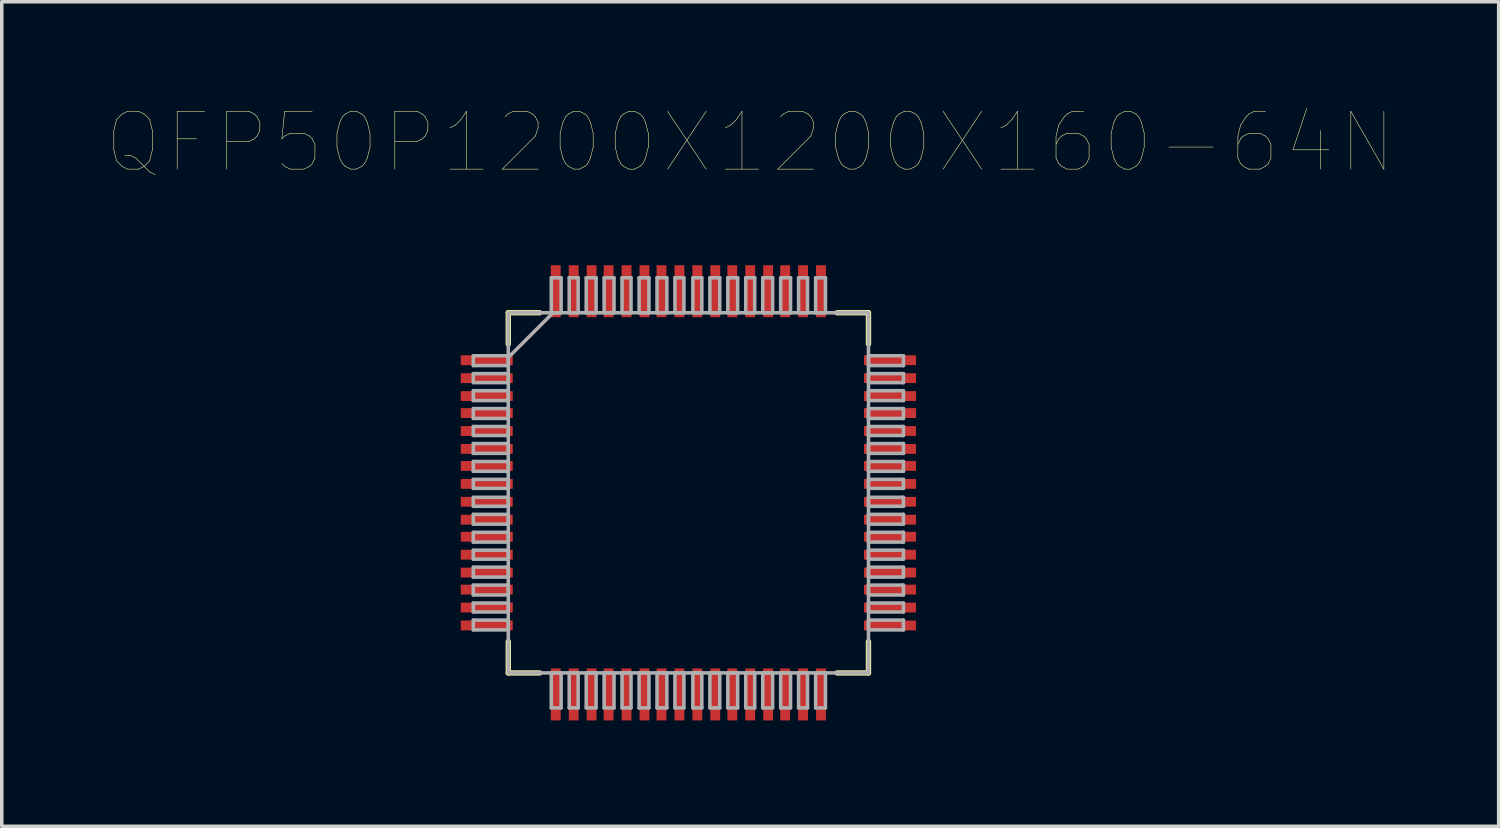
<source format=kicad_pcb>
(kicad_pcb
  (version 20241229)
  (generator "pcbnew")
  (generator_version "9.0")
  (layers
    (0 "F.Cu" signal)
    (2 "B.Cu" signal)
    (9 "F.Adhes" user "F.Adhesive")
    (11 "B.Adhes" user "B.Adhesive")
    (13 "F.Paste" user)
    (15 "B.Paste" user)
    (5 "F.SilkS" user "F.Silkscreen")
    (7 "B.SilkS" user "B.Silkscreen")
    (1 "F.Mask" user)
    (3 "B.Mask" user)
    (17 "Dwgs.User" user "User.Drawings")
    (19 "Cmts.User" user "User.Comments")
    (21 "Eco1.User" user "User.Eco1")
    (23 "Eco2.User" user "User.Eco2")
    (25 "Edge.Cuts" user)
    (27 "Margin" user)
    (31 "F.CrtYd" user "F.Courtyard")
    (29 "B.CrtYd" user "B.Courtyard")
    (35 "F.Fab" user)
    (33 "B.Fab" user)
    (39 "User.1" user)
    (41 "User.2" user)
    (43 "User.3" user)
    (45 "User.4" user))
  (footprint "QFP50P1200X1200X160-64N"
    (layer "F.Cu")
    (at 16.463 10.92)
    (property "Reference" "QFP50P1200X1200X160-64N" (at 1.753 -9.934 0) (layer "F.SilkS") (effects (font (size 1.64 1.64) (thickness 0.015))))
    (attr through_hole)
    (fp_line (start -5.105 -5.105) (end -5.105 -4.216) (stroke (width 0.152) (type solid)) (layer "F.SilkS"))
    (fp_line (start -5.105 4.216) (end -5.105 5.105) (stroke (width 0.152) (type solid)) (layer "F.SilkS"))
    (fp_line (start -5.105 5.105) (end -4.216 5.105) (stroke (width 0.152) (type solid)) (layer "F.SilkS"))
    (fp_line (start -4.216 -5.105) (end -5.105 -5.105) (stroke (width 0.152) (type solid)) (layer "F.SilkS"))
    (fp_line (start 4.216 5.105) (end 5.105 5.105) (stroke (width 0.152) (type solid)) (layer "F.SilkS"))
    (fp_line (start 5.105 -5.105) (end 4.216 -5.105) (stroke (width 0.152) (type solid)) (layer "F.SilkS"))
    (fp_line (start 5.105 -4.216) (end 5.105 -5.105) (stroke (width 0.152) (type solid)) (layer "F.SilkS"))
    (fp_line (start 5.105 5.105) (end 5.105 4.216) (stroke (width 0.152) (type solid)) (layer "F.SilkS"))
    (fp_line (start -6.096 -3.886) (end -6.096 -3.607) (stroke (width 0.1) (type solid)) (layer "F.Fab"))
    (fp_line (start -6.096 -3.607) (end -5.105 -3.607) (stroke (width 0.1) (type solid)) (layer "F.Fab"))
    (fp_line (start -6.096 -3.378) (end -6.096 -3.124) (stroke (width 0.1) (type solid)) (layer "F.Fab"))
    (fp_line (start -6.096 -3.124) (end -5.105 -3.124) (stroke (width 0.1) (type solid)) (layer "F.Fab"))
    (fp_line (start -6.096 -2.896) (end -6.096 -2.616) (stroke (width 0.1) (type solid)) (layer "F.Fab"))
    (fp_line (start -6.096 -2.616) (end -5.105 -2.616) (stroke (width 0.1) (type solid)) (layer "F.Fab"))
    (fp_line (start -6.096 -2.388) (end -6.096 -2.108) (stroke (width 0.1) (type solid)) (layer "F.Fab"))
    (fp_line (start -6.096 -2.108) (end -5.105 -2.108) (stroke (width 0.1) (type solid)) (layer "F.Fab"))
    (fp_line (start -6.096 -1.88) (end -6.096 -1.626) (stroke (width 0.1) (type solid)) (layer "F.Fab"))
    (fp_line (start -6.096 -1.626) (end -5.105 -1.626) (stroke (width 0.1) (type solid)) (layer "F.Fab"))
    (fp_line (start -6.096 -1.397) (end -6.096 -1.118) (stroke (width 0.1) (type solid)) (layer "F.Fab"))
    (fp_line (start -6.096 -1.118) (end -5.105 -1.118) (stroke (width 0.1) (type solid)) (layer "F.Fab"))
    (fp_line (start -6.096 -0.889) (end -6.096 -0.61) (stroke (width 0.1) (type solid)) (layer "F.Fab"))
    (fp_line (start -6.096 -0.61) (end -5.105 -0.61) (stroke (width 0.1) (type solid)) (layer "F.Fab"))
    (fp_line (start -6.096 -0.381) (end -6.096 -0.127) (stroke (width 0.1) (type solid)) (layer "F.Fab"))
    (fp_line (start -6.096 -0.127) (end -5.105 -0.127) (stroke (width 0.1) (type solid)) (layer "F.Fab"))
    (fp_line (start -6.096 0.127) (end -6.096 0.381) (stroke (width 0.1) (type solid)) (layer "F.Fab"))
    (fp_line (start -6.096 0.381) (end -5.105 0.381) (stroke (width 0.1) (type solid)) (layer "F.Fab"))
    (fp_line (start -6.096 0.61) (end -6.096 0.889) (stroke (width 0.1) (type solid)) (layer "F.Fab"))
    (fp_line (start -6.096 0.889) (end -5.105 0.889) (stroke (width 0.1) (type solid)) (layer "F.Fab"))
    (fp_line (start -6.096 1.118) (end -6.096 1.397) (stroke (width 0.1) (type solid)) (layer "F.Fab"))
    (fp_line (start -6.096 1.397) (end -5.105 1.397) (stroke (width 0.1) (type solid)) (layer "F.Fab"))
    (fp_line (start -6.096 1.626) (end -6.096 1.88) (stroke (width 0.1) (type solid)) (layer "F.Fab"))
    (fp_line (start -6.096 1.88) (end -5.105 1.88) (stroke (width 0.1) (type solid)) (layer "F.Fab"))
    (fp_line (start -6.096 2.108) (end -6.096 2.388) (stroke (width 0.1) (type solid)) (layer "F.Fab"))
    (fp_line (start -6.096 2.388) (end -5.105 2.388) (stroke (width 0.1) (type solid)) (layer "F.Fab"))
    (fp_line (start -6.096 2.616) (end -6.096 2.896) (stroke (width 0.1) (type solid)) (layer "F.Fab"))
    (fp_line (start -6.096 2.896) (end -5.105 2.896) (stroke (width 0.1) (type solid)) (layer "F.Fab"))
    (fp_line (start -6.096 3.124) (end -6.096 3.378) (stroke (width 0.1) (type solid)) (layer "F.Fab"))
    (fp_line (start -6.096 3.378) (end -5.105 3.378) (stroke (width 0.1) (type solid)) (layer "F.Fab"))
    (fp_line (start -6.096 3.607) (end -6.096 3.886) (stroke (width 0.1) (type solid)) (layer "F.Fab"))
    (fp_line (start -6.096 3.886) (end -5.105 3.886) (stroke (width 0.1) (type solid)) (layer "F.Fab"))
    (fp_line (start -5.105 -5.105) (end -5.105 5.105) (stroke (width 0.1) (type solid)) (layer "F.Fab"))
    (fp_line (start -5.105 -3.886) (end -6.096 -3.886) (stroke (width 0.1) (type solid)) (layer "F.Fab"))
    (fp_line (start -5.105 -3.835) (end -5.105 -3.886) (stroke (width 0.1) (type solid)) (layer "F.Fab"))
    (fp_line (start -5.105 -3.835) (end -3.835 -5.105) (stroke (width 0.1) (type solid)) (layer "F.Fab"))
    (fp_line (start -5.105 -3.607) (end -5.105 -3.835) (stroke (width 0.1) (type solid)) (layer "F.Fab"))
    (fp_line (start -5.105 -3.378) (end -6.096 -3.378) (stroke (width 0.1) (type solid)) (layer "F.Fab"))
    (fp_line (start -5.105 -3.124) (end -5.105 -3.378) (stroke (width 0.1) (type solid)) (layer "F.Fab"))
    (fp_line (start -5.105 -2.896) (end -6.096 -2.896) (stroke (width 0.1) (type solid)) (layer "F.Fab"))
    (fp_line (start -5.105 -2.616) (end -5.105 -2.896) (stroke (width 0.1) (type solid)) (layer "F.Fab"))
    (fp_line (start -5.105 -2.388) (end -6.096 -2.388) (stroke (width 0.1) (type solid)) (layer "F.Fab"))
    (fp_line (start -5.105 -2.108) (end -5.105 -2.388) (stroke (width 0.1) (type solid)) (layer "F.Fab"))
    (fp_line (start -5.105 -1.88) (end -6.096 -1.88) (stroke (width 0.1) (type solid)) (layer "F.Fab"))
    (fp_line (start -5.105 -1.626) (end -5.105 -1.88) (stroke (width 0.1) (type solid)) (layer "F.Fab"))
    (fp_line (start -5.105 -1.397) (end -6.096 -1.397) (stroke (width 0.1) (type solid)) (layer "F.Fab"))
    (fp_line (start -5.105 -1.118) (end -5.105 -1.397) (stroke (width 0.1) (type solid)) (layer "F.Fab"))
    (fp_line (start -5.105 -0.889) (end -6.096 -0.889) (stroke (width 0.1) (type solid)) (layer "F.Fab"))
    (fp_line (start -5.105 -0.61) (end -5.105 -0.889) (stroke (width 0.1) (type solid)) (layer "F.Fab"))
    (fp_line (start -5.105 -0.381) (end -6.096 -0.381) (stroke (width 0.1) (type solid)) (layer "F.Fab"))
    (fp_line (start -5.105 -0.127) (end -5.105 -0.381) (stroke (width 0.1) (type solid)) (layer "F.Fab"))
    (fp_line (start -5.105 0.127) (end -6.096 0.127) (stroke (width 0.1) (type solid)) (layer "F.Fab"))
    (fp_line (start -5.105 0.381) (end -5.105 0.127) (stroke (width 0.1) (type solid)) (layer "F.Fab"))
    (fp_line (start -5.105 0.61) (end -6.096 0.61) (stroke (width 0.1) (type solid)) (layer "F.Fab"))
    (fp_line (start -5.105 0.889) (end -5.105 0.61) (stroke (width 0.1) (type solid)) (layer "F.Fab"))
    (fp_line (start -5.105 1.118) (end -6.096 1.118) (stroke (width 0.1) (type solid)) (layer "F.Fab"))
    (fp_line (start -5.105 1.397) (end -5.105 1.118) (stroke (width 0.1) (type solid)) (layer "F.Fab"))
    (fp_line (start -5.105 1.626) (end -6.096 1.626) (stroke (width 0.1) (type solid)) (layer "F.Fab"))
    (fp_line (start -5.105 1.88) (end -5.105 1.626) (stroke (width 0.1) (type solid)) (layer "F.Fab"))
    (fp_line (start -5.105 2.108) (end -6.096 2.108) (stroke (width 0.1) (type solid)) (layer "F.Fab"))
    (fp_line (start -5.105 2.388) (end -5.105 2.108) (stroke (width 0.1) (type solid)) (layer "F.Fab"))
    (fp_line (start -5.105 2.616) (end -6.096 2.616) (stroke (width 0.1) (type solid)) (layer "F.Fab"))
    (fp_line (start -5.105 2.896) (end -5.105 2.616) (stroke (width 0.1) (type solid)) (layer "F.Fab"))
    (fp_line (start -5.105 3.124) (end -6.096 3.124) (stroke (width 0.1) (type solid)) (layer "F.Fab"))
    (fp_line (start -5.105 3.378) (end -5.105 3.124) (stroke (width 0.1) (type solid)) (layer "F.Fab"))
    (fp_line (start -5.105 3.607) (end -6.096 3.607) (stroke (width 0.1) (type solid)) (layer "F.Fab"))
    (fp_line (start -5.105 3.886) (end -5.105 3.607) (stroke (width 0.1) (type solid)) (layer "F.Fab"))
    (fp_line (start -5.105 5.105) (end 5.105 5.105) (stroke (width 0.1) (type solid)) (layer "F.Fab"))
    (fp_line (start -3.886 -6.096) (end -3.886 -5.105) (stroke (width 0.1) (type solid)) (layer "F.Fab"))
    (fp_line (start -3.886 -5.105) (end -3.835 -5.105) (stroke (width 0.1) (type solid)) (layer "F.Fab"))
    (fp_line (start -3.886 5.105) (end -3.886 6.096) (stroke (width 0.1) (type solid)) (layer "F.Fab"))
    (fp_line (start -3.886 6.096) (end -3.607 6.096) (stroke (width 0.1) (type solid)) (layer "F.Fab"))
    (fp_line (start -3.835 -5.105) (end -3.607 -5.105) (stroke (width 0.1) (type solid)) (layer "F.Fab"))
    (fp_line (start -3.607 -6.096) (end -3.886 -6.096) (stroke (width 0.1) (type solid)) (layer "F.Fab"))
    (fp_line (start -3.607 -5.105) (end -3.607 -6.096) (stroke (width 0.1) (type solid)) (layer "F.Fab"))
    (fp_line (start -3.607 5.105) (end -3.886 5.105) (stroke (width 0.1) (type solid)) (layer "F.Fab"))
    (fp_line (start -3.607 6.096) (end -3.607 5.105) (stroke (width 0.1) (type solid)) (layer "F.Fab"))
    (fp_line (start -3.378 -6.096) (end -3.378 -5.105) (stroke (width 0.1) (type solid)) (layer "F.Fab"))
    (fp_line (start -3.378 -5.105) (end -3.124 -5.105) (stroke (width 0.1) (type solid)) (layer "F.Fab"))
    (fp_line (start -3.378 5.105) (end -3.378 6.096) (stroke (width 0.1) (type solid)) (layer "F.Fab"))
    (fp_line (start -3.378 6.096) (end -3.124 6.096) (stroke (width 0.1) (type solid)) (layer "F.Fab"))
    (fp_line (start -3.124 -6.096) (end -3.378 -6.096) (stroke (width 0.1) (type solid)) (layer "F.Fab"))
    (fp_line (start -3.124 -5.105) (end -3.124 -6.096) (stroke (width 0.1) (type solid)) (layer "F.Fab"))
    (fp_line (start -3.124 5.105) (end -3.378 5.105) (stroke (width 0.1) (type solid)) (layer "F.Fab"))
    (fp_line (start -3.124 6.096) (end -3.124 5.105) (stroke (width 0.1) (type solid)) (layer "F.Fab"))
    (fp_line (start -2.896 -6.096) (end -2.896 -5.105) (stroke (width 0.1) (type solid)) (layer "F.Fab"))
    (fp_line (start -2.896 -5.105) (end -2.616 -5.105) (stroke (width 0.1) (type solid)) (layer "F.Fab"))
    (fp_line (start -2.896 5.105) (end -2.896 6.096) (stroke (width 0.1) (type solid)) (layer "F.Fab"))
    (fp_line (start -2.896 6.096) (end -2.616 6.096) (stroke (width 0.1) (type solid)) (layer "F.Fab"))
    (fp_line (start -2.616 -6.096) (end -2.896 -6.096) (stroke (width 0.1) (type solid)) (layer "F.Fab"))
    (fp_line (start -2.616 -5.105) (end -2.616 -6.096) (stroke (width 0.1) (type solid)) (layer "F.Fab"))
    (fp_line (start -2.616 5.105) (end -2.896 5.105) (stroke (width 0.1) (type solid)) (layer "F.Fab"))
    (fp_line (start -2.616 6.096) (end -2.616 5.105) (stroke (width 0.1) (type solid)) (layer "F.Fab"))
    (fp_line (start -2.388 -6.096) (end -2.388 -5.105) (stroke (width 0.1) (type solid)) (layer "F.Fab"))
    (fp_line (start -2.388 -5.105) (end -2.108 -5.105) (stroke (width 0.1) (type solid)) (layer "F.Fab"))
    (fp_line (start -2.388 5.105) (end -2.388 6.096) (stroke (width 0.1) (type solid)) (layer "F.Fab"))
    (fp_line (start -2.388 6.096) (end -2.108 6.096) (stroke (width 0.1) (type solid)) (layer "F.Fab"))
    (fp_line (start -2.108 -6.096) (end -2.388 -6.096) (stroke (width 0.1) (type solid)) (layer "F.Fab"))
    (fp_line (start -2.108 -5.105) (end -2.108 -6.096) (stroke (width 0.1) (type solid)) (layer "F.Fab"))
    (fp_line (start -2.108 5.105) (end -2.388 5.105) (stroke (width 0.1) (type solid)) (layer "F.Fab"))
    (fp_line (start -2.108 6.096) (end -2.108 5.105) (stroke (width 0.1) (type solid)) (layer "F.Fab"))
    (fp_line (start -1.88 -6.096) (end -1.88 -5.105) (stroke (width 0.1) (type solid)) (layer "F.Fab"))
    (fp_line (start -1.88 -5.105) (end -1.626 -5.105) (stroke (width 0.1) (type solid)) (layer "F.Fab"))
    (fp_line (start -1.88 5.105) (end -1.88 6.096) (stroke (width 0.1) (type solid)) (layer "F.Fab"))
    (fp_line (start -1.88 6.096) (end -1.626 6.096) (stroke (width 0.1) (type solid)) (layer "F.Fab"))
    (fp_line (start -1.626 -6.096) (end -1.88 -6.096) (stroke (width 0.1) (type solid)) (layer "F.Fab"))
    (fp_line (start -1.626 -5.105) (end -1.626 -6.096) (stroke (width 0.1) (type solid)) (layer "F.Fab"))
    (fp_line (start -1.626 5.105) (end -1.88 5.105) (stroke (width 0.1) (type solid)) (layer "F.Fab"))
    (fp_line (start -1.626 6.096) (end -1.626 5.105) (stroke (width 0.1) (type solid)) (layer "F.Fab"))
    (fp_line (start -1.397 -6.096) (end -1.397 -5.105) (stroke (width 0.1) (type solid)) (layer "F.Fab"))
    (fp_line (start -1.397 -5.105) (end -1.118 -5.105) (stroke (width 0.1) (type solid)) (layer "F.Fab"))
    (fp_line (start -1.397 5.105) (end -1.397 6.096) (stroke (width 0.1) (type solid)) (layer "F.Fab"))
    (fp_line (start -1.397 6.096) (end -1.118 6.096) (stroke (width 0.1) (type solid)) (layer "F.Fab"))
    (fp_line (start -1.118 -6.096) (end -1.397 -6.096) (stroke (width 0.1) (type solid)) (layer "F.Fab"))
    (fp_line (start -1.118 -5.105) (end -1.118 -6.096) (stroke (width 0.1) (type solid)) (layer "F.Fab"))
    (fp_line (start -1.118 5.105) (end -1.397 5.105) (stroke (width 0.1) (type solid)) (layer "F.Fab"))
    (fp_line (start -1.118 6.096) (end -1.118 5.105) (stroke (width 0.1) (type solid)) (layer "F.Fab"))
    (fp_line (start -0.889 -6.096) (end -0.889 -5.105) (stroke (width 0.1) (type solid)) (layer "F.Fab"))
    (fp_line (start -0.889 -5.105) (end -0.61 -5.105) (stroke (width 0.1) (type solid)) (layer "F.Fab"))
    (fp_line (start -0.889 5.105) (end -0.889 6.096) (stroke (width 0.1) (type solid)) (layer "F.Fab"))
    (fp_line (start -0.889 6.096) (end -0.61 6.096) (stroke (width 0.1) (type solid)) (layer "F.Fab"))
    (fp_line (start -0.61 -6.096) (end -0.889 -6.096) (stroke (width 0.1) (type solid)) (layer "F.Fab"))
    (fp_line (start -0.61 -5.105) (end -0.61 -6.096) (stroke (width 0.1) (type solid)) (layer "F.Fab"))
    (fp_line (start -0.61 5.105) (end -0.889 5.105) (stroke (width 0.1) (type solid)) (layer "F.Fab"))
    (fp_line (start -0.61 6.096) (end -0.61 5.105) (stroke (width 0.1) (type solid)) (layer "F.Fab"))
    (fp_line (start -0.381 -6.096) (end -0.381 -5.105) (stroke (width 0.1) (type solid)) (layer "F.Fab"))
    (fp_line (start -0.381 -5.105) (end -0.127 -5.105) (stroke (width 0.1) (type solid)) (layer "F.Fab"))
    (fp_line (start -0.381 5.105) (end -0.381 6.096) (stroke (width 0.1) (type solid)) (layer "F.Fab"))
    (fp_line (start -0.381 6.096) (end -0.127 6.096) (stroke (width 0.1) (type solid)) (layer "F.Fab"))
    (fp_line (start -0.127 -6.096) (end -0.381 -6.096) (stroke (width 0.1) (type solid)) (layer "F.Fab"))
    (fp_line (start -0.127 -5.105) (end -0.127 -6.096) (stroke (width 0.1) (type solid)) (layer "F.Fab"))
    (fp_line (start -0.127 5.105) (end -0.381 5.105) (stroke (width 0.1) (type solid)) (layer "F.Fab"))
    (fp_line (start -0.127 6.096) (end -0.127 5.105) (stroke (width 0.1) (type solid)) (layer "F.Fab"))
    (fp_line (start 0.127 -6.096) (end 0.127 -5.105) (stroke (width 0.1) (type solid)) (layer "F.Fab"))
    (fp_line (start 0.127 -5.105) (end 0.381 -5.105) (stroke (width 0.1) (type solid)) (layer "F.Fab"))
    (fp_line (start 0.127 5.105) (end 0.127 6.096) (stroke (width 0.1) (type solid)) (layer "F.Fab"))
    (fp_line (start 0.127 6.096) (end 0.381 6.096) (stroke (width 0.1) (type solid)) (layer "F.Fab"))
    (fp_line (start 0.381 -6.096) (end 0.127 -6.096) (stroke (width 0.1) (type solid)) (layer "F.Fab"))
    (fp_line (start 0.381 -5.105) (end 0.381 -6.096) (stroke (width 0.1) (type solid)) (layer "F.Fab"))
    (fp_line (start 0.381 5.105) (end 0.127 5.105) (stroke (width 0.1) (type solid)) (layer "F.Fab"))
    (fp_line (start 0.381 6.096) (end 0.381 5.105) (stroke (width 0.1) (type solid)) (layer "F.Fab"))
    (fp_line (start 0.61 -6.096) (end 0.61 -5.105) (stroke (width 0.1) (type solid)) (layer "F.Fab"))
    (fp_line (start 0.61 -5.105) (end 0.889 -5.105) (stroke (width 0.1) (type solid)) (layer "F.Fab"))
    (fp_line (start 0.61 5.105) (end 0.61 6.096) (stroke (width 0.1) (type solid)) (layer "F.Fab"))
    (fp_line (start 0.61 6.096) (end 0.889 6.096) (stroke (width 0.1) (type solid)) (layer "F.Fab"))
    (fp_line (start 0.889 -6.096) (end 0.61 -6.096) (stroke (width 0.1) (type solid)) (layer "F.Fab"))
    (fp_line (start 0.889 -5.105) (end 0.889 -6.096) (stroke (width 0.1) (type solid)) (layer "F.Fab"))
    (fp_line (start 0.889 5.105) (end 0.61 5.105) (stroke (width 0.1) (type solid)) (layer "F.Fab"))
    (fp_line (start 0.889 6.096) (end 0.889 5.105) (stroke (width 0.1) (type solid)) (layer "F.Fab"))
    (fp_line (start 1.118 -6.096) (end 1.118 -5.105) (stroke (width 0.1) (type solid)) (layer "F.Fab"))
    (fp_line (start 1.118 -5.105) (end 1.397 -5.105) (stroke (width 0.1) (type solid)) (layer "F.Fab"))
    (fp_line (start 1.118 5.105) (end 1.118 6.096) (stroke (width 0.1) (type solid)) (layer "F.Fab"))
    (fp_line (start 1.118 6.096) (end 1.397 6.096) (stroke (width 0.1) (type solid)) (layer "F.Fab"))
    (fp_line (start 1.397 -6.096) (end 1.118 -6.096) (stroke (width 0.1) (type solid)) (layer "F.Fab"))
    (fp_line (start 1.397 -5.105) (end 1.397 -6.096) (stroke (width 0.1) (type solid)) (layer "F.Fab"))
    (fp_line (start 1.397 5.105) (end 1.118 5.105) (stroke (width 0.1) (type solid)) (layer "F.Fab"))
    (fp_line (start 1.397 6.096) (end 1.397 5.105) (stroke (width 0.1) (type solid)) (layer "F.Fab"))
    (fp_line (start 1.626 -6.096) (end 1.626 -5.105) (stroke (width 0.1) (type solid)) (layer "F.Fab"))
    (fp_line (start 1.626 -5.105) (end 1.88 -5.105) (stroke (width 0.1) (type solid)) (layer "F.Fab"))
    (fp_line (start 1.626 5.105) (end 1.626 6.096) (stroke (width 0.1) (type solid)) (layer "F.Fab"))
    (fp_line (start 1.626 6.096) (end 1.88 6.096) (stroke (width 0.1) (type solid)) (layer "F.Fab"))
    (fp_line (start 1.88 -6.096) (end 1.626 -6.096) (stroke (width 0.1) (type solid)) (layer "F.Fab"))
    (fp_line (start 1.88 -5.105) (end 1.88 -6.096) (stroke (width 0.1) (type solid)) (layer "F.Fab"))
    (fp_line (start 1.88 5.105) (end 1.626 5.105) (stroke (width 0.1) (type solid)) (layer "F.Fab"))
    (fp_line (start 1.88 6.096) (end 1.88 5.105) (stroke (width 0.1) (type solid)) (layer "F.Fab"))
    (fp_line (start 2.108 -6.096) (end 2.108 -5.105) (stroke (width 0.1) (type solid)) (layer "F.Fab"))
    (fp_line (start 2.108 -5.105) (end 2.388 -5.105) (stroke (width 0.1) (type solid)) (layer "F.Fab"))
    (fp_line (start 2.108 5.105) (end 2.108 6.096) (stroke (width 0.1) (type solid)) (layer "F.Fab"))
    (fp_line (start 2.108 6.096) (end 2.388 6.096) (stroke (width 0.1) (type solid)) (layer "F.Fab"))
    (fp_line (start 2.388 -6.096) (end 2.108 -6.096) (stroke (width 0.1) (type solid)) (layer "F.Fab"))
    (fp_line (start 2.388 -5.105) (end 2.388 -6.096) (stroke (width 0.1) (type solid)) (layer "F.Fab"))
    (fp_line (start 2.388 5.105) (end 2.108 5.105) (stroke (width 0.1) (type solid)) (layer "F.Fab"))
    (fp_line (start 2.388 6.096) (end 2.388 5.105) (stroke (width 0.1) (type solid)) (layer "F.Fab"))
    (fp_line (start 2.616 -6.096) (end 2.616 -5.105) (stroke (width 0.1) (type solid)) (layer "F.Fab"))
    (fp_line (start 2.616 -5.105) (end 2.896 -5.105) (stroke (width 0.1) (type solid)) (layer "F.Fab"))
    (fp_line (start 2.616 5.105) (end 2.616 6.096) (stroke (width 0.1) (type solid)) (layer "F.Fab"))
    (fp_line (start 2.616 6.096) (end 2.896 6.096) (stroke (width 0.1) (type solid)) (layer "F.Fab"))
    (fp_line (start 2.896 -6.096) (end 2.616 -6.096) (stroke (width 0.1) (type solid)) (layer "F.Fab"))
    (fp_line (start 2.896 -5.105) (end 2.896 -6.096) (stroke (width 0.1) (type solid)) (layer "F.Fab"))
    (fp_line (start 2.896 5.105) (end 2.616 5.105) (stroke (width 0.1) (type solid)) (layer "F.Fab"))
    (fp_line (start 2.896 6.096) (end 2.896 5.105) (stroke (width 0.1) (type solid)) (layer "F.Fab"))
    (fp_line (start 3.124 -6.096) (end 3.124 -5.105) (stroke (width 0.1) (type solid)) (layer "F.Fab"))
    (fp_line (start 3.124 -5.105) (end 3.378 -5.105) (stroke (width 0.1) (type solid)) (layer "F.Fab"))
    (fp_line (start 3.124 5.105) (end 3.124 6.096) (stroke (width 0.1) (type solid)) (layer "F.Fab"))
    (fp_line (start 3.124 6.096) (end 3.378 6.096) (stroke (width 0.1) (type solid)) (layer "F.Fab"))
    (fp_line (start 3.378 -6.096) (end 3.124 -6.096) (stroke (width 0.1) (type solid)) (layer "F.Fab"))
    (fp_line (start 3.378 -5.105) (end 3.378 -6.096) (stroke (width 0.1) (type solid)) (layer "F.Fab"))
    (fp_line (start 3.378 5.105) (end 3.124 5.105) (stroke (width 0.1) (type solid)) (layer "F.Fab"))
    (fp_line (start 3.378 6.096) (end 3.378 5.105) (stroke (width 0.1) (type solid)) (layer "F.Fab"))
    (fp_line (start 3.607 -6.096) (end 3.607 -5.105) (stroke (width 0.1) (type solid)) (layer "F.Fab"))
    (fp_line (start 3.607 -5.105) (end 3.886 -5.105) (stroke (width 0.1) (type solid)) (layer "F.Fab"))
    (fp_line (start 3.607 5.105) (end 3.607 6.096) (stroke (width 0.1) (type solid)) (layer "F.Fab"))
    (fp_line (start 3.607 6.096) (end 3.886 6.096) (stroke (width 0.1) (type solid)) (layer "F.Fab"))
    (fp_line (start 3.886 -6.096) (end 3.607 -6.096) (stroke (width 0.1) (type solid)) (layer "F.Fab"))
    (fp_line (start 3.886 -5.105) (end 3.886 -6.096) (stroke (width 0.1) (type solid)) (layer "F.Fab"))
    (fp_line (start 3.886 5.105) (end 3.607 5.105) (stroke (width 0.1) (type solid)) (layer "F.Fab"))
    (fp_line (start 3.886 6.096) (end 3.886 5.105) (stroke (width 0.1) (type solid)) (layer "F.Fab"))
    (fp_line (start 5.105 -5.105) (end -5.105 -5.105) (stroke (width 0.1) (type solid)) (layer "F.Fab"))
    (fp_line (start 5.105 -3.886) (end 5.105 -3.607) (stroke (width 0.1) (type solid)) (layer "F.Fab"))
    (fp_line (start 5.105 -3.607) (end 6.096 -3.607) (stroke (width 0.1) (type solid)) (layer "F.Fab"))
    (fp_line (start 5.105 -3.378) (end 5.105 -3.124) (stroke (width 0.1) (type solid)) (layer "F.Fab"))
    (fp_line (start 5.105 -3.124) (end 6.096 -3.124) (stroke (width 0.1) (type solid)) (layer "F.Fab"))
    (fp_line (start 5.105 -2.896) (end 5.105 -2.616) (stroke (width 0.1) (type solid)) (layer "F.Fab"))
    (fp_line (start 5.105 -2.616) (end 6.096 -2.616) (stroke (width 0.1) (type solid)) (layer "F.Fab"))
    (fp_line (start 5.105 -2.388) (end 5.105 -2.108) (stroke (width 0.1) (type solid)) (layer "F.Fab"))
    (fp_line (start 5.105 -2.108) (end 6.096 -2.108) (stroke (width 0.1) (type solid)) (layer "F.Fab"))
    (fp_line (start 5.105 -1.88) (end 5.105 -1.626) (stroke (width 0.1) (type solid)) (layer "F.Fab"))
    (fp_line (start 5.105 -1.626) (end 6.096 -1.626) (stroke (width 0.1) (type solid)) (layer "F.Fab"))
    (fp_line (start 5.105 -1.397) (end 5.105 -1.118) (stroke (width 0.1) (type solid)) (layer "F.Fab"))
    (fp_line (start 5.105 -1.118) (end 6.096 -1.118) (stroke (width 0.1) (type solid)) (layer "F.Fab"))
    (fp_line (start 5.105 -0.889) (end 5.105 -0.61) (stroke (width 0.1) (type solid)) (layer "F.Fab"))
    (fp_line (start 5.105 -0.61) (end 6.096 -0.61) (stroke (width 0.1) (type solid)) (layer "F.Fab"))
    (fp_line (start 5.105 -0.381) (end 5.105 -0.127) (stroke (width 0.1) (type solid)) (layer "F.Fab"))
    (fp_line (start 5.105 -0.127) (end 6.096 -0.127) (stroke (width 0.1) (type solid)) (layer "F.Fab"))
    (fp_line (start 5.105 0.127) (end 5.105 0.381) (stroke (width 0.1) (type solid)) (layer "F.Fab"))
    (fp_line (start 5.105 0.381) (end 6.096 0.381) (stroke (width 0.1) (type solid)) (layer "F.Fab"))
    (fp_line (start 5.105 0.61) (end 5.105 0.889) (stroke (width 0.1) (type solid)) (layer "F.Fab"))
    (fp_line (start 5.105 0.889) (end 6.096 0.889) (stroke (width 0.1) (type solid)) (layer "F.Fab"))
    (fp_line (start 5.105 1.118) (end 5.105 1.397) (stroke (width 0.1) (type solid)) (layer "F.Fab"))
    (fp_line (start 5.105 1.397) (end 6.096 1.397) (stroke (width 0.1) (type solid)) (layer "F.Fab"))
    (fp_line (start 5.105 1.626) (end 5.105 1.88) (stroke (width 0.1) (type solid)) (layer "F.Fab"))
    (fp_line (start 5.105 1.88) (end 6.096 1.88) (stroke (width 0.1) (type solid)) (layer "F.Fab"))
    (fp_line (start 5.105 2.108) (end 5.105 2.388) (stroke (width 0.1) (type solid)) (layer "F.Fab"))
    (fp_line (start 5.105 2.388) (end 6.096 2.388) (stroke (width 0.1) (type solid)) (layer "F.Fab"))
    (fp_line (start 5.105 2.616) (end 5.105 2.896) (stroke (width 0.1) (type solid)) (layer "F.Fab"))
    (fp_line (start 5.105 2.896) (end 6.096 2.896) (stroke (width 0.1) (type solid)) (layer "F.Fab"))
    (fp_line (start 5.105 3.124) (end 5.105 3.378) (stroke (width 0.1) (type solid)) (layer "F.Fab"))
    (fp_line (start 5.105 3.378) (end 6.096 3.378) (stroke (width 0.1) (type solid)) (layer "F.Fab"))
    (fp_line (start 5.105 3.607) (end 5.105 3.886) (stroke (width 0.1) (type solid)) (layer "F.Fab"))
    (fp_line (start 5.105 3.886) (end 6.096 3.886) (stroke (width 0.1) (type solid)) (layer "F.Fab"))
    (fp_line (start 5.105 5.105) (end 5.105 -5.105) (stroke (width 0.1) (type solid)) (layer "F.Fab"))
    (fp_line (start 6.096 -3.886) (end 5.105 -3.886) (stroke (width 0.1) (type solid)) (layer "F.Fab"))
    (fp_line (start 6.096 -3.607) (end 6.096 -3.886) (stroke (width 0.1) (type solid)) (layer "F.Fab"))
    (fp_line (start 6.096 -3.378) (end 5.105 -3.378) (stroke (width 0.1) (type solid)) (layer "F.Fab"))
    (fp_line (start 6.096 -3.124) (end 6.096 -3.378) (stroke (width 0.1) (type solid)) (layer "F.Fab"))
    (fp_line (start 6.096 -2.896) (end 5.105 -2.896) (stroke (width 0.1) (type solid)) (layer "F.Fab"))
    (fp_line (start 6.096 -2.616) (end 6.096 -2.896) (stroke (width 0.1) (type solid)) (layer "F.Fab"))
    (fp_line (start 6.096 -2.388) (end 5.105 -2.388) (stroke (width 0.1) (type solid)) (layer "F.Fab"))
    (fp_line (start 6.096 -2.108) (end 6.096 -2.388) (stroke (width 0.1) (type solid)) (layer "F.Fab"))
    (fp_line (start 6.096 -1.88) (end 5.105 -1.88) (stroke (width 0.1) (type solid)) (layer "F.Fab"))
    (fp_line (start 6.096 -1.626) (end 6.096 -1.88) (stroke (width 0.1) (type solid)) (layer "F.Fab"))
    (fp_line (start 6.096 -1.397) (end 5.105 -1.397) (stroke (width 0.1) (type solid)) (layer "F.Fab"))
    (fp_line (start 6.096 -1.118) (end 6.096 -1.397) (stroke (width 0.1) (type solid)) (layer "F.Fab"))
    (fp_line (start 6.096 -0.889) (end 5.105 -0.889) (stroke (width 0.1) (type solid)) (layer "F.Fab"))
    (fp_line (start 6.096 -0.61) (end 6.096 -0.889) (stroke (width 0.1) (type solid)) (layer "F.Fab"))
    (fp_line (start 6.096 -0.381) (end 5.105 -0.381) (stroke (width 0.1) (type solid)) (layer "F.Fab"))
    (fp_line (start 6.096 -0.127) (end 6.096 -0.381) (stroke (width 0.1) (type solid)) (layer "F.Fab"))
    (fp_line (start 6.096 0.127) (end 5.105 0.127) (stroke (width 0.1) (type solid)) (layer "F.Fab"))
    (fp_line (start 6.096 0.381) (end 6.096 0.127) (stroke (width 0.1) (type solid)) (layer "F.Fab"))
    (fp_line (start 6.096 0.61) (end 5.105 0.61) (stroke (width 0.1) (type solid)) (layer "F.Fab"))
    (fp_line (start 6.096 0.889) (end 6.096 0.61) (stroke (width 0.1) (type solid)) (layer "F.Fab"))
    (fp_line (start 6.096 1.118) (end 5.105 1.118) (stroke (width 0.1) (type solid)) (layer "F.Fab"))
    (fp_line (start 6.096 1.397) (end 6.096 1.118) (stroke (width 0.1) (type solid)) (layer "F.Fab"))
    (fp_line (start 6.096 1.626) (end 5.105 1.626) (stroke (width 0.1) (type solid)) (layer "F.Fab"))
    (fp_line (start 6.096 1.88) (end 6.096 1.626) (stroke (width 0.1) (type solid)) (layer "F.Fab"))
    (fp_line (start 6.096 2.108) (end 5.105 2.108) (stroke (width 0.1) (type solid)) (layer "F.Fab"))
    (fp_line (start 6.096 2.388) (end 6.096 2.108) (stroke (width 0.1) (type solid)) (layer "F.Fab"))
    (fp_line (start 6.096 2.616) (end 5.105 2.616) (stroke (width 0.1) (type solid)) (layer "F.Fab"))
    (fp_line (start 6.096 2.896) (end 6.096 2.616) (stroke (width 0.1) (type solid)) (layer "F.Fab"))
    (fp_line (start 6.096 3.124) (end 5.105 3.124) (stroke (width 0.1) (type solid)) (layer "F.Fab"))
    (fp_line (start 6.096 3.378) (end 6.096 3.124) (stroke (width 0.1) (type solid)) (layer "F.Fab"))
    (fp_line (start 6.096 3.607) (end 5.105 3.607) (stroke (width 0.1) (type solid)) (layer "F.Fab"))
    (fp_line (start 6.096 3.886) (end 6.096 3.607) (stroke (width 0.1) (type solid)) (layer "F.Fab"))
    (pad "1" smd rect (at -5.715 -3.759) (size 1.473 0.279) (layers "F.Cu" "F.Mask" "F.Paste"))
    (pad "2" smd rect (at -5.715 -3.251) (size 1.473 0.279) (layers "F.Cu" "F.Mask" "F.Paste"))
    (pad "3" smd rect (at -5.715 -2.743) (size 1.473 0.279) (layers "F.Cu" "F.Mask" "F.Paste"))
    (pad "4" smd rect (at -5.715 -2.261) (size 1.473 0.279) (layers "F.Cu" "F.Mask" "F.Paste"))
    (pad "5" smd rect (at -5.715 -1.753) (size 1.473 0.279) (layers "F.Cu" "F.Mask" "F.Paste"))
    (pad "6" smd rect (at -5.715 -1.245) (size 1.473 0.279) (layers "F.Cu" "F.Mask" "F.Paste"))
    (pad "7" smd rect (at -5.715 -0.762) (size 1.473 0.279) (layers "F.Cu" "F.Mask" "F.Paste"))
    (pad "8" smd rect (at -5.715 -0.254) (size 1.473 0.279) (layers "F.Cu" "F.Mask" "F.Paste"))
    (pad "9" smd rect (at -5.715 0.254) (size 1.473 0.279) (layers "F.Cu" "F.Mask" "F.Paste"))
    (pad "10" smd rect (at -5.715 0.762) (size 1.473 0.279) (layers "F.Cu" "F.Mask" "F.Paste"))
    (pad "11" smd rect (at -5.715 1.245) (size 1.473 0.279) (layers "F.Cu" "F.Mask" "F.Paste"))
    (pad "12" smd rect (at -5.715 1.753) (size 1.473 0.279) (layers "F.Cu" "F.Mask" "F.Paste"))
    (pad "13" smd rect (at -5.715 2.261) (size 1.473 0.279) (layers "F.Cu" "F.Mask" "F.Paste"))
    (pad "14" smd rect (at -5.715 2.743) (size 1.473 0.279) (layers "F.Cu" "F.Mask" "F.Paste"))
    (pad "15" smd rect (at -5.715 3.251) (size 1.473 0.279) (layers "F.Cu" "F.Mask" "F.Paste"))
    (pad "16" smd rect (at -5.715 3.759) (size 1.473 0.279) (layers "F.Cu" "F.Mask" "F.Paste"))
    (pad "17" smd rect (at -3.759 5.715) (size 0.279 1.473) (layers "F.Cu" "F.Mask" "F.Paste"))
    (pad "18" smd rect (at -3.251 5.715) (size 0.279 1.473) (layers "F.Cu" "F.Mask" "F.Paste"))
    (pad "19" smd rect (at -2.743 5.715) (size 0.279 1.473) (layers "F.Cu" "F.Mask" "F.Paste"))
    (pad "20" smd rect (at -2.261 5.715) (size 0.279 1.473) (layers "F.Cu" "F.Mask" "F.Paste"))
    (pad "21" smd rect (at -1.753 5.715) (size 0.279 1.473) (layers "F.Cu" "F.Mask" "F.Paste"))
    (pad "22" smd rect (at -1.245 5.715) (size 0.279 1.473) (layers "F.Cu" "F.Mask" "F.Paste"))
    (pad "23" smd rect (at -0.762 5.715) (size 0.279 1.473) (layers "F.Cu" "F.Mask" "F.Paste"))
    (pad "24" smd rect (at -0.254 5.715) (size 0.279 1.473) (layers "F.Cu" "F.Mask" "F.Paste"))
    (pad "25" smd rect (at 0.254 5.715) (size 0.279 1.473) (layers "F.Cu" "F.Mask" "F.Paste"))
    (pad "26" smd rect (at 0.762 5.715) (size 0.279 1.473) (layers "F.Cu" "F.Mask" "F.Paste"))
    (pad "27" smd rect (at 1.245 5.715) (size 0.279 1.473) (layers "F.Cu" "F.Mask" "F.Paste"))
    (pad "28" smd rect (at 1.753 5.715) (size 0.279 1.473) (layers "F.Cu" "F.Mask" "F.Paste"))
    (pad "29" smd rect (at 2.261 5.715) (size 0.279 1.473) (layers "F.Cu" "F.Mask" "F.Paste"))
    (pad "30" smd rect (at 2.743 5.715) (size 0.279 1.473) (layers "F.Cu" "F.Mask" "F.Paste"))
    (pad "31" smd rect (at 3.251 5.715) (size 0.279 1.473) (layers "F.Cu" "F.Mask" "F.Paste"))
    (pad "32" smd rect (at 3.759 5.715) (size 0.279 1.473) (layers "F.Cu" "F.Mask" "F.Paste"))
    (pad "33" smd rect (at 5.715 3.759) (size 1.473 0.279) (layers "F.Cu" "F.Mask" "F.Paste"))
    (pad "34" smd rect (at 5.715 3.251) (size 1.473 0.279) (layers "F.Cu" "F.Mask" "F.Paste"))
    (pad "35" smd rect (at 5.715 2.743) (size 1.473 0.279) (layers "F.Cu" "F.Mask" "F.Paste"))
    (pad "36" smd rect (at 5.715 2.261) (size 1.473 0.279) (layers "F.Cu" "F.Mask" "F.Paste"))
    (pad "37" smd rect (at 5.715 1.753) (size 1.473 0.279) (layers "F.Cu" "F.Mask" "F.Paste"))
    (pad "38" smd rect (at 5.715 1.245) (size 1.473 0.279) (layers "F.Cu" "F.Mask" "F.Paste"))
    (pad "39" smd rect (at 5.715 0.762) (size 1.473 0.279) (layers "F.Cu" "F.Mask" "F.Paste"))
    (pad "40" smd rect (at 5.715 0.254) (size 1.473 0.279) (layers "F.Cu" "F.Mask" "F.Paste"))
    (pad "41" smd rect (at 5.715 -0.254) (size 1.473 0.279) (layers "F.Cu" "F.Mask" "F.Paste"))
    (pad "42" smd rect (at 5.715 -0.762) (size 1.473 0.279) (layers "F.Cu" "F.Mask" "F.Paste"))
    (pad "43" smd rect (at 5.715 -1.245) (size 1.473 0.279) (layers "F.Cu" "F.Mask" "F.Paste"))
    (pad "44" smd rect (at 5.715 -1.753) (size 1.473 0.279) (layers "F.Cu" "F.Mask" "F.Paste"))
    (pad "45" smd rect (at 5.715 -2.261) (size 1.473 0.279) (layers "F.Cu" "F.Mask" "F.Paste"))
    (pad "46" smd rect (at 5.715 -2.743) (size 1.473 0.279) (layers "F.Cu" "F.Mask" "F.Paste"))
    (pad "47" smd rect (at 5.715 -3.251) (size 1.473 0.279) (layers "F.Cu" "F.Mask" "F.Paste"))
    (pad "48" smd rect (at 5.715 -3.759) (size 1.473 0.279) (layers "F.Cu" "F.Mask" "F.Paste"))
    (pad "49" smd rect (at 3.759 -5.715) (size 0.279 1.473) (layers "F.Cu" "F.Mask" "F.Paste"))
    (pad "50" smd rect (at 3.251 -5.715) (size 0.279 1.473) (layers "F.Cu" "F.Mask" "F.Paste"))
    (pad "51" smd rect (at 2.743 -5.715) (size 0.279 1.473) (layers "F.Cu" "F.Mask" "F.Paste"))
    (pad "52" smd rect (at 2.261 -5.715) (size 0.279 1.473) (layers "F.Cu" "F.Mask" "F.Paste"))
    (pad "53" smd rect (at 1.753 -5.715) (size 0.279 1.473) (layers "F.Cu" "F.Mask" "F.Paste"))
    (pad "54" smd rect (at 1.245 -5.715) (size 0.279 1.473) (layers "F.Cu" "F.Mask" "F.Paste"))
    (pad "55" smd rect (at 0.762 -5.715) (size 0.279 1.473) (layers "F.Cu" "F.Mask" "F.Paste"))
    (pad "56" smd rect (at 0.254 -5.715) (size 0.279 1.473) (layers "F.Cu" "F.Mask" "F.Paste"))
    (pad "57" smd rect (at -0.254 -5.715) (size 0.279 1.473) (layers "F.Cu" "F.Mask" "F.Paste"))
    (pad "58" smd rect (at -0.762 -5.715) (size 0.279 1.473) (layers "F.Cu" "F.Mask" "F.Paste"))
    (pad "59" smd rect (at -1.245 -5.715) (size 0.279 1.473) (layers "F.Cu" "F.Mask" "F.Paste"))
    (pad "60" smd rect (at -1.753 -5.715) (size 0.279 1.473) (layers "F.Cu" "F.Mask" "F.Paste"))
    (pad "61" smd rect (at -2.261 -5.715) (size 0.279 1.473) (layers "F.Cu" "F.Mask" "F.Paste"))
    (pad "62" smd rect (at -2.743 -5.715) (size 0.279 1.473) (layers "F.Cu" "F.Mask" "F.Paste"))
    (pad "63" smd rect (at -3.251 -5.715) (size 0.279 1.473) (layers "F.Cu" "F.Mask" "F.Paste"))
    (pad "64" smd rect (at -3.759 -5.715) (size 0.279 1.473) (layers "F.Cu" "F.Mask" "F.Paste")))
  (gr_rect
    (start -3 -3)
    (end 39.432 20.372)
    (stroke (width 0.1) (type default))
    (fill no)
    (layer "Edge.Cuts")))
</source>
